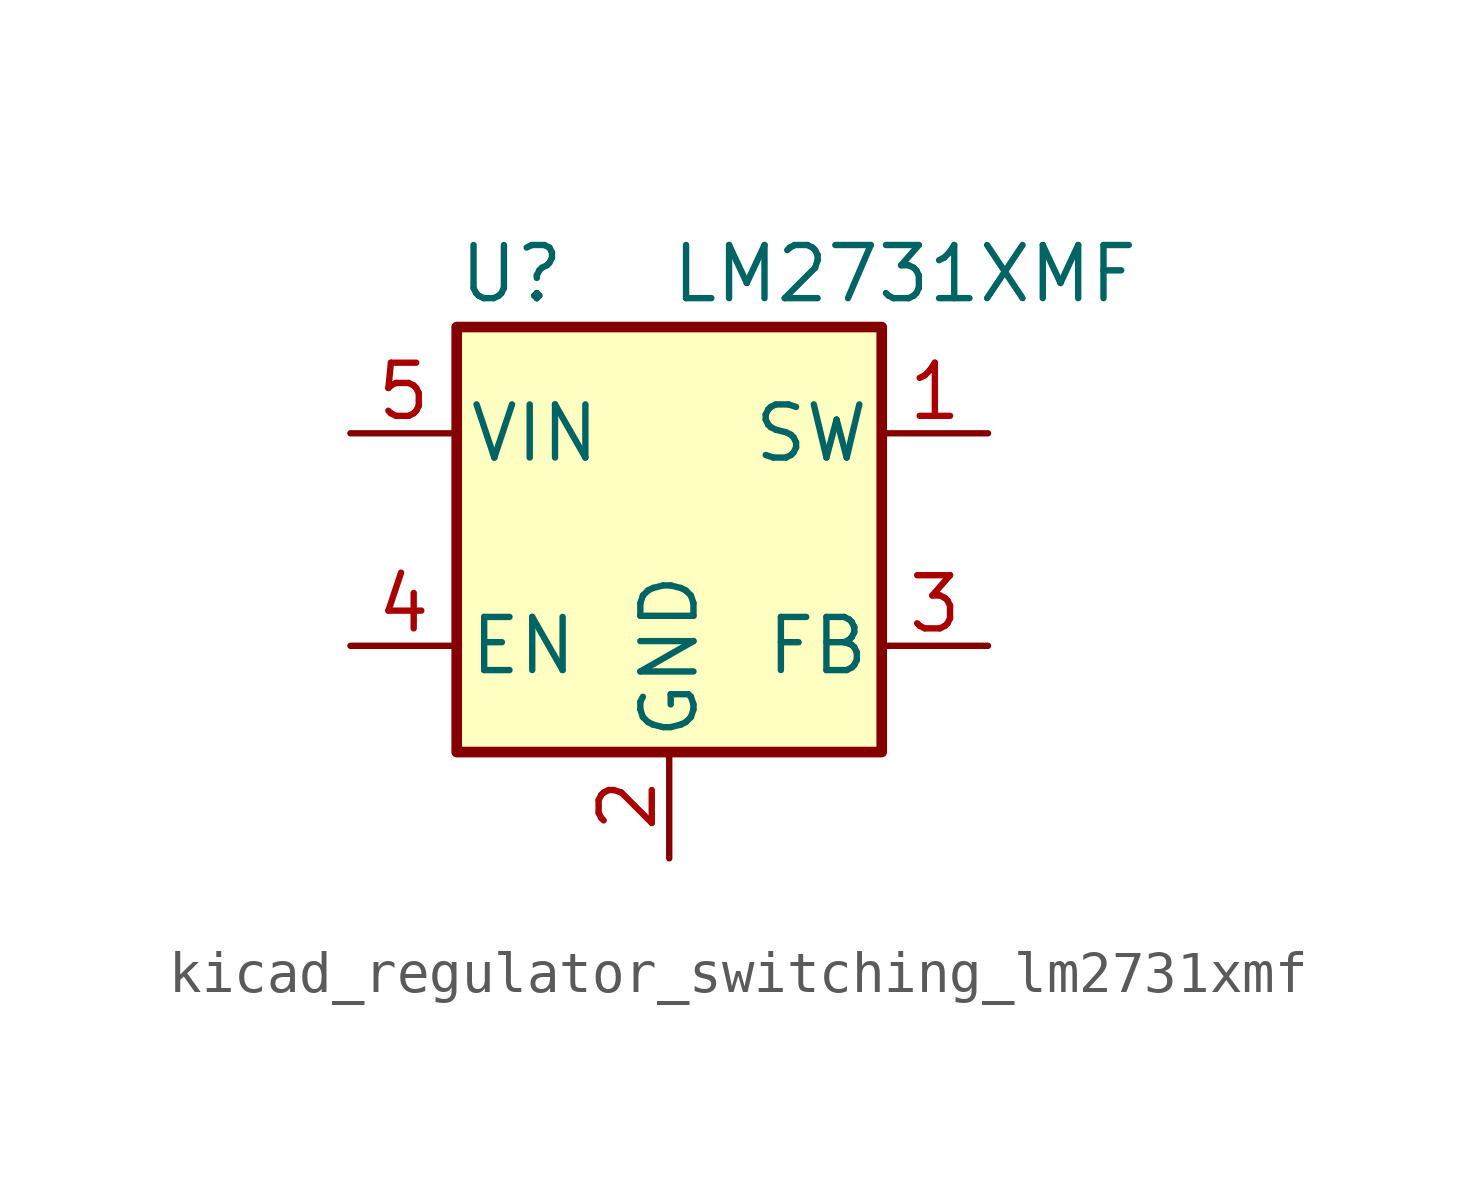
<source format=kicad_sym>
(kicad_symbol_lib
  (version 20220914)
  (generator kicad_symbol_editor)
  (symbol "kicad_regulator_switching_lm2731xmf"
    (pin_names
      (offset 0.254))
    (property "Reference" "U"
      (at -5.08 6.35 0)
      (effects (font (size 1.27 1.27)) (justify left)))
    (property "Value" "LM2731XMF"
      (at 0 6.35 0)
      (effects (font (size 1.27 1.27)) (justify left)))
    (symbol "kicad_regulator_switching_lm2731xmf_0_1"
      (rectangle (start -5.08 5.08) (end 5.08 -5.08) (stroke (width 0.254) (type default)) (fill (type background))))
    (symbol "kicad_regulator_switching_lm2731xmf_1_1"
      (pin output line (at 7.62 2.54 180) (length 2.54) (name "SW" (effects (font (size 1.27 1.27)))) (number "1" (effects (font (size 1.27 1.27)))))
      (pin power_in line (at 0 -7.62 90) (length 2.54) (name "GND" (effects (font (size 1.27 1.27)))) (number "2" (effects (font (size 1.27 1.27)))))
      (pin input line (at 7.62 -2.54 180) (length 2.54) (name "FB" (effects (font (size 1.27 1.27)))) (number "3" (effects (font (size 1.27 1.27)))))
      (pin input line (at -7.62 -2.54 0) (length 2.54) (name "EN" (effects (font (size 1.27 1.27)))) (number "4" (effects (font (size 1.27 1.27)))))
      (pin input line (at -7.62 2.54 0) (length 2.54) (name "VIN" (effects (font (size 1.27 1.27)))) (number "5" (effects (font (size 1.27 1.27))))))))
</source>
